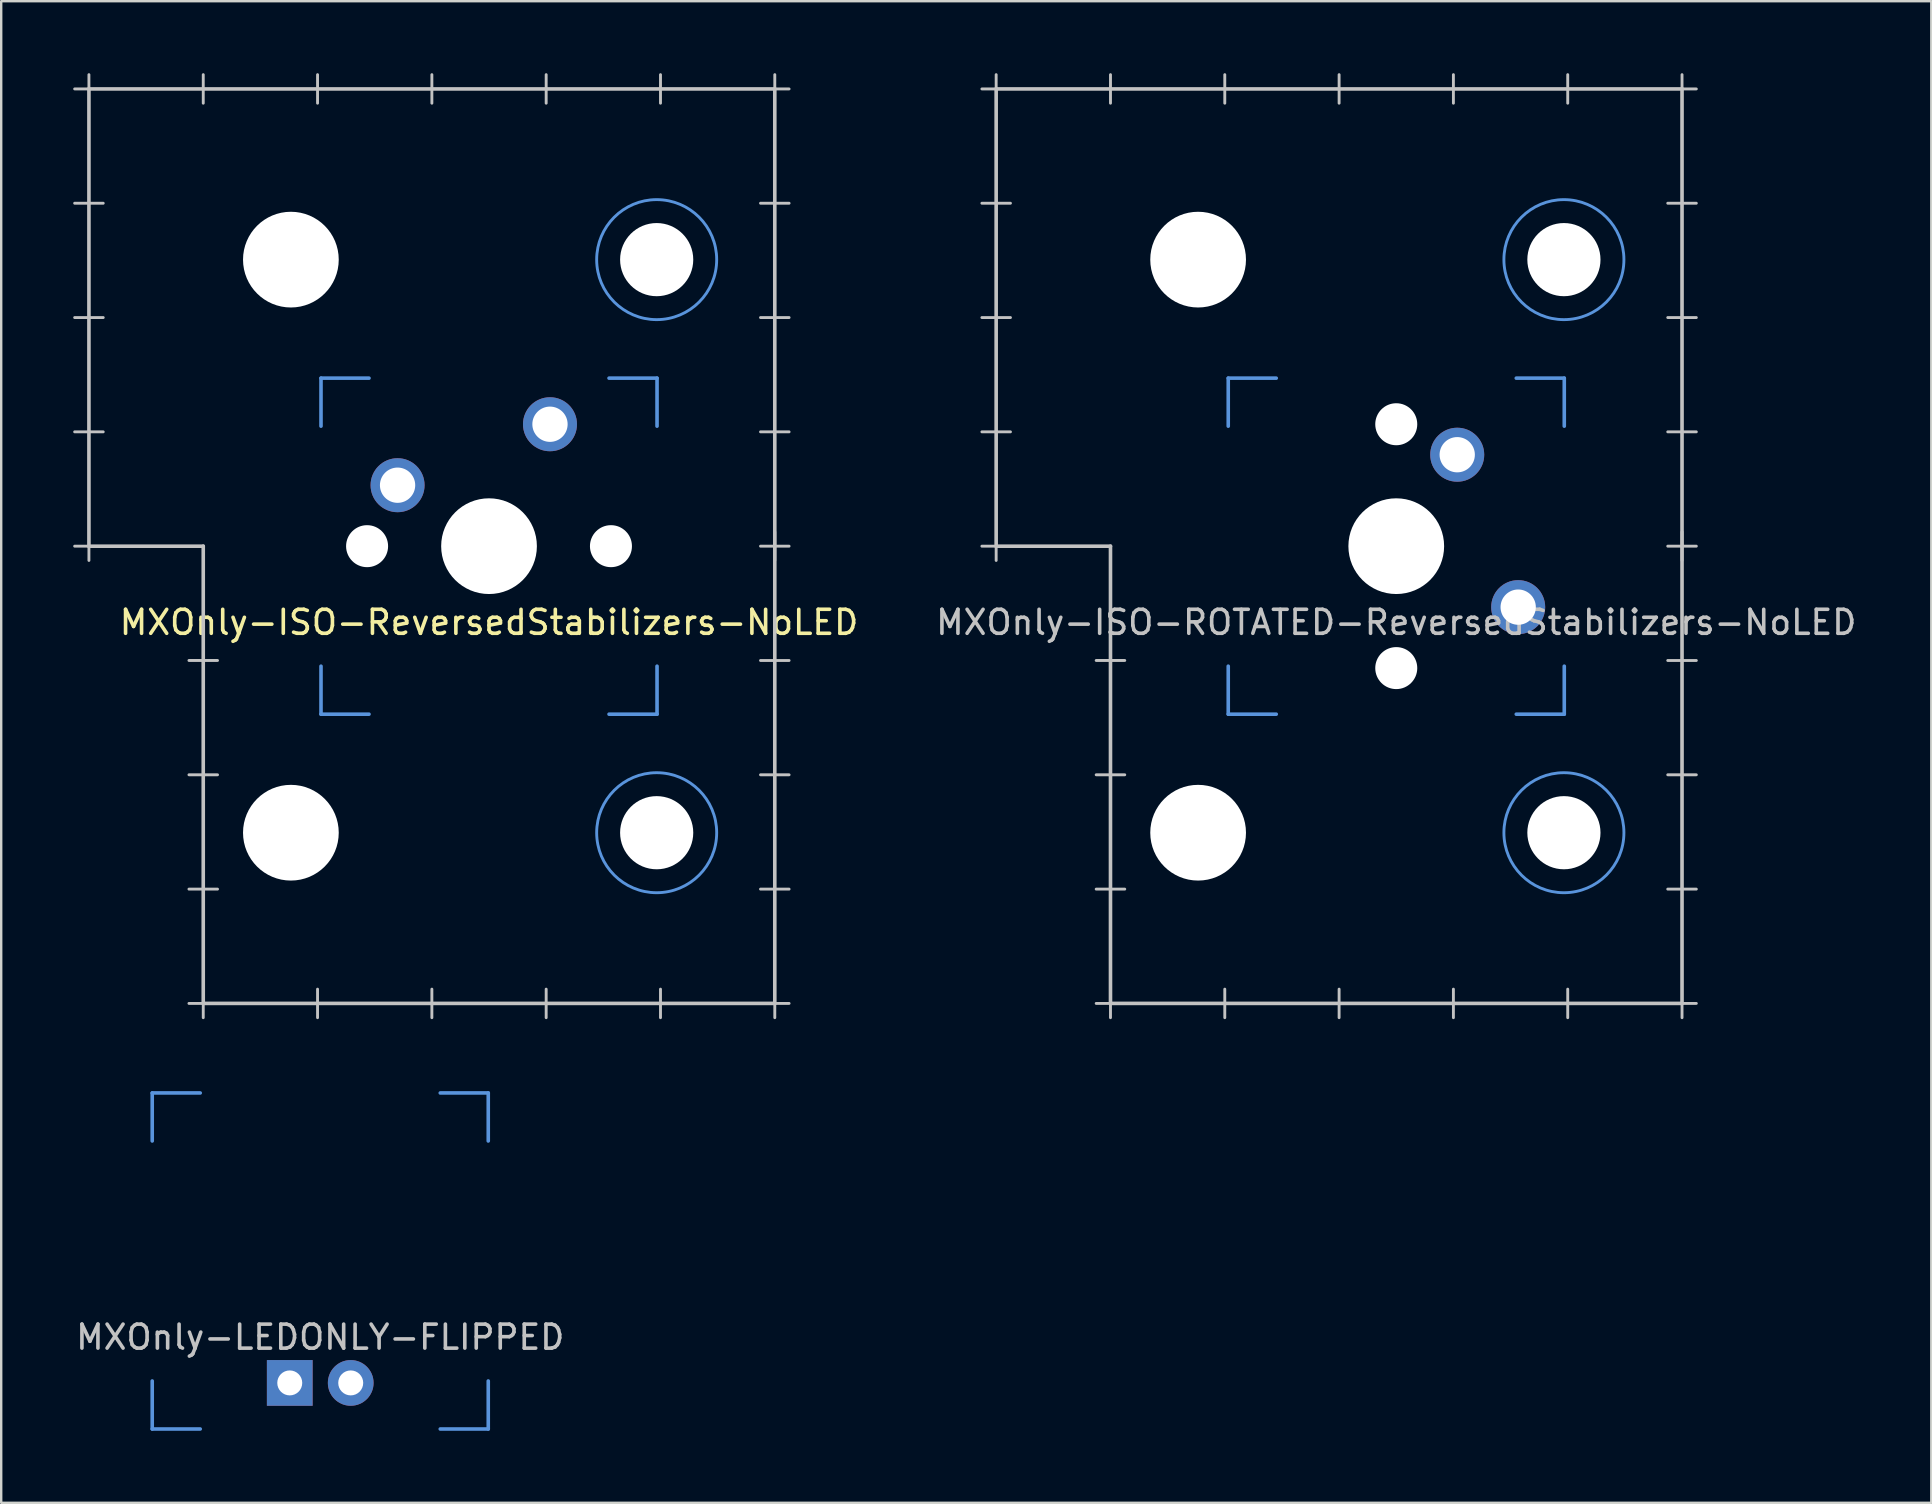
<source format=kicad_pcb>
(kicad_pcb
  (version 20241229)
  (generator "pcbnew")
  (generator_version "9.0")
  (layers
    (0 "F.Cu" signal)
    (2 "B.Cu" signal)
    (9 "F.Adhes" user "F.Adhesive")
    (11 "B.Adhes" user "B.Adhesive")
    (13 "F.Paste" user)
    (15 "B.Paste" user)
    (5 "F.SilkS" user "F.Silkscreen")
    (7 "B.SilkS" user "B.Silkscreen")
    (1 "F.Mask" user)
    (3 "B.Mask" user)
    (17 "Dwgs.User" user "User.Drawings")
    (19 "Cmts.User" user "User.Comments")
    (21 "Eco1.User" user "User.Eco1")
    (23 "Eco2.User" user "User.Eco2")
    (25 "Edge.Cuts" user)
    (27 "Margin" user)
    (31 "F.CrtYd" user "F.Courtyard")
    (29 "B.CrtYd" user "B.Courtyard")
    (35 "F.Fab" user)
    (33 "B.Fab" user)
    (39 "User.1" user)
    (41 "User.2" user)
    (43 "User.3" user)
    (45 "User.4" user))
  (footprint "MXOnly-ISO-ROTATED-ReversedStabilizers-NoLED"
    (layer "F.Cu")
    (at 55.122 19.705)
    (property "Reference" "MXOnly-ISO-ROTATED-ReversedStabilizers-NoLED" (at 0 3.175 0) (layer "Dwgs.User") (effects (font (size 1 1) (thickness 0.15))))
    (attr through_hole)
    (fp_line (start -17.264 0.000008) (end -16.669 0) (stroke (width 0.12) (type solid)) (layer "Dwgs.User"))
    (fp_line (start -17.264 -19.05) (end -16.669 -19.05) (stroke (width 0.12) (type solid)) (layer "Dwgs.User"))
    (fp_line (start -17.264 -4.763) (end -16.073 -4.763) (stroke (width 0.12) (type solid)) (layer "Dwgs.User"))
    (fp_line (start -16.669 0.595) (end -16.669 0) (stroke (width 0.12) (type solid)) (layer "Dwgs.User"))
    (fp_line (start -16.669 -19.645) (end -16.669 -19.05) (stroke (width 0.12) (type solid)) (layer "Dwgs.User"))
    (fp_line (start -16.669 -19.05) (end -16.669 0) (stroke (width 0.15) (type solid)) (layer "Dwgs.User"))
    (fp_line (start -16.669 -19.05) (end 11.906 -19.05) (stroke (width 0.15) (type solid)) (layer "Dwgs.User"))
    (fp_line (start -16.073 -14.288) (end -17.264 -14.288) (stroke (width 0.12) (type solid)) (layer "Dwgs.User"))
    (fp_line (start -16.073 -9.525) (end -17.264 -9.525) (stroke (width 0.12) (type solid)) (layer "Dwgs.User"))
    (fp_line (start -12.502 9.525) (end -11.311 9.525) (stroke (width 0.12) (type solid)) (layer "Dwgs.User"))
    (fp_line (start -12.502 14.288) (end -11.311 14.288) (stroke (width 0.12) (type solid)) (layer "Dwgs.User"))
    (fp_line (start -12.502 19.05) (end -11.906 19.05) (stroke (width 0.12) (type solid)) (layer "Dwgs.User"))
    (fp_line (start -11.906 19.645) (end -11.906 19.05) (stroke (width 0.12) (type solid)) (layer "Dwgs.User"))
    (fp_line (start -11.906 0) (end -16.669 0) (stroke (width 0.15) (type solid)) (layer "Dwgs.User"))
    (fp_line (start -11.906 19.05) (end -11.906 0) (stroke (width 0.15) (type solid)) (layer "Dwgs.User"))
    (fp_line (start -11.906 19.05) (end 11.906 19.05) (stroke (width 0.15) (type solid)) (layer "Dwgs.User"))
    (fp_line (start -11.906 -19.645) (end -11.906 -18.455) (stroke (width 0.12) (type solid)) (layer "Dwgs.User"))
    (fp_line (start -11.311 4.762) (end -12.502 4.762) (stroke (width 0.12) (type solid)) (layer "Dwgs.User"))
    (fp_line (start -7.144 18.455) (end -7.144 19.645) (stroke (width 0.12) (type solid)) (layer "Dwgs.User"))
    (fp_line (start -7.144 -18.455) (end -7.144 -19.645) (stroke (width 0.12) (type solid)) (layer "Dwgs.User"))
    (fp_line (start -2.381 18.455) (end -2.381 19.645) (stroke (width 0.12) (type solid)) (layer "Dwgs.User"))
    (fp_line (start -2.381 -18.455) (end -2.381 -19.645) (stroke (width 0.12) (type solid)) (layer "Dwgs.User"))
    (fp_line (start 2.381 19.645) (end 2.381 18.455) (stroke (width 0.12) (type solid)) (layer "Dwgs.User"))
    (fp_line (start 2.381 -18.455) (end 2.381 -19.645) (stroke (width 0.12) (type solid)) (layer "Dwgs.User"))
    (fp_line (start 7.144 18.455) (end 7.144 19.645) (stroke (width 0.12) (type solid)) (layer "Dwgs.User"))
    (fp_line (start 7.144 -18.455) (end 7.144 -19.645) (stroke (width 0.12) (type solid)) (layer "Dwgs.User"))
    (fp_line (start 11.311 14.288) (end 12.502 14.288) (stroke (width 0.12) (type solid)) (layer "Dwgs.User"))
    (fp_line (start 11.311 0) (end 12.502 0) (stroke (width 0.12) (type solid)) (layer "Dwgs.User"))
    (fp_line (start 11.906 19.645) (end 11.906 19.05) (stroke (width 0.12) (type solid)) (layer "Dwgs.User"))
    (fp_line (start 11.906 -19.05) (end 11.906 19.05) (stroke (width 0.15) (type solid)) (layer "Dwgs.User"))
    (fp_line (start 11.906 -19.645) (end 11.906 -19.05) (stroke (width 0.12) (type solid)) (layer "Dwgs.User"))
    (fp_line (start 11.906 0.595) (end 11.906 -0.595) (stroke (width 0.12) (type solid)) (layer "Dwgs.User"))
    (fp_line (start 12.502 -19.05) (end 11.906 -19.05) (stroke (width 0.12) (type solid)) (layer "Dwgs.User"))
    (fp_line (start 12.502 4.763) (end 11.311 4.763) (stroke (width 0.12) (type solid)) (layer "Dwgs.User"))
    (fp_line (start 12.502 9.525) (end 11.311 9.525) (stroke (width 0.12) (type solid)) (layer "Dwgs.User"))
    (fp_line (start 12.502 19.05) (end 11.906 19.05) (stroke (width 0.12) (type solid)) (layer "Dwgs.User"))
    (fp_line (start 12.502 -14.288) (end 11.311 -14.288) (stroke (width 0.12) (type solid)) (layer "Dwgs.User"))
    (fp_line (start 12.502 -9.525) (end 11.311 -9.525) (stroke (width 0.12) (type solid)) (layer "Dwgs.User"))
    (fp_line (start 12.502 -4.763) (end 11.311 -4.763) (stroke (width 0.12) (type solid)) (layer "Dwgs.User"))
    (fp_line (start -7 -7) (end -5 -7) (stroke (width 0.15) (type solid)) (layer "Cmts.User"))
    (fp_line (start -7 -5) (end -7 -7) (stroke (width 0.15) (type solid)) (layer "Cmts.User"))
    (fp_line (start -7 7) (end -7 5) (stroke (width 0.15) (type solid)) (layer "Cmts.User"))
    (fp_line (start -5 7) (end -7 7) (stroke (width 0.15) (type solid)) (layer "Cmts.User"))
    (fp_line (start 7 -7) (end 5 -7) (stroke (width 0.15) (type solid)) (layer "Cmts.User"))
    (fp_line (start 7 -5) (end 7 -7) (stroke (width 0.15) (type solid)) (layer "Cmts.User"))
    (fp_line (start 7 5) (end 7 7) (stroke (width 0.15) (type solid)) (layer "Cmts.User"))
    (fp_line (start 7 7) (end 5 7) (stroke (width 0.15) (type solid)) (layer "Cmts.User"))
    (fp_circle (center 6.985 -11.938) (end 9.485 -11.938) (stroke (width 0.12) (type solid)) (fill no) (layer "Cmts.User"))
    (fp_circle (center 6.985 11.938) (end 9.485 11.938) (stroke (width 0.12) (type solid)) (fill no) (layer "Cmts.User"))
    (pad "" np_thru_hole circle (at -8.255 -11.938) (size 3.988 3.988) (drill 3.988) (layers "*.Cu" "*.Mask"))
    (pad "" np_thru_hole circle (at -8.255 11.938) (size 3.988 3.988) (drill 3.988) (layers "*.Cu" "*.Mask"))
    (pad "" np_thru_hole circle (at 0 -5.08 48.1) (size 1.75 1.75) (drill 1.75) (layers "*.Cu" "*.Mask"))
    (pad "" np_thru_hole circle (at 0 0) (size 3.988 3.988) (drill 3.988) (layers "*.Cu" "*.Mask"))
    (pad "" np_thru_hole circle (at 0 5.08 48.1) (size 1.75 1.75) (drill 1.75) (layers "*.Cu" "*.Mask"))
    (pad "" np_thru_hole circle (at 6.985 -11.938) (size 3.048 3.048) (drill 3.048) (layers "*.Cu" "*.Mask"))
    (pad "" np_thru_hole circle (at 6.985 11.938) (size 3.048 3.048) (drill 3.048) (layers "*.Cu" "*.Mask"))
    (pad "1" thru_hole circle (at 2.54 -3.81) (size 2.25 2.25) (drill 1.47) (layers "*.Cu" "B.Mask"))
    (pad "2" thru_hole circle (at 5.08 2.54) (size 2.25 2.25) (drill 1.47) (layers "*.Cu" "B.Mask")))
  (footprint "MXOnly-LEDONLY-FLIPPED"
    (layer "F.Cu")
    (at 10.292 49.486)
    (property "Reference" "MXOnly-LEDONLY-FLIPPED" (at 0 3.175 0) (layer "Dwgs.User") (effects (font (size 1 1) (thickness 0.15))))
    (attr through_hole)
    (fp_line (start -7 -7) (end -7 -5) (stroke (width 0.15) (type solid)) (layer "Cmts.User"))
    (fp_line (start -7 7) (end -7 5) (stroke (width 0.15) (type solid)) (layer "Cmts.User"))
    (fp_line (start -5 -7) (end -7 -7) (stroke (width 0.15) (type solid)) (layer "Cmts.User"))
    (fp_line (start -5 7) (end -7 7) (stroke (width 0.15) (type solid)) (layer "Cmts.User"))
    (fp_line (start 5 -7) (end 7 -7) (stroke (width 0.15) (type solid)) (layer "Cmts.User"))
    (fp_line (start 7 -7) (end 7 -5) (stroke (width 0.15) (type solid)) (layer "Cmts.User"))
    (fp_line (start 7 5) (end 7 7) (stroke (width 0.15) (type solid)) (layer "Cmts.User"))
    (fp_line (start 7 7) (end 5 7) (stroke (width 0.15) (type solid)) (layer "Cmts.User"))
    (pad "1" thru_hole circle (at 1.27 5.08) (size 1.905 1.905) (drill 1.04) (layers "*.Cu" "*.Mask"))
    (pad "2" thru_hole rect (at -1.27 5.08) (size 1.905 1.905) (drill 1.04) (layers "*.Cu" "*.Mask")))
  (footprint "MXOnly-ISO-ReversedStabilizers-NoLED"
    (layer "F.Cu")
    (at 17.324 19.705)
    (property "Reference" "MXOnly-ISO-ReversedStabilizers-NoLED" (at 0 3.175 0) (layer "F.SilkS") (effects (font (size 1 1) (thickness 0.15))))
    (attr through_hole)
    (fp_line (start -17.264 0.000008) (end -16.669 0) (stroke (width 0.12) (type solid)) (layer "Dwgs.User"))
    (fp_line (start -17.264 -19.05) (end -16.669 -19.05) (stroke (width 0.12) (type solid)) (layer "Dwgs.User"))
    (fp_line (start -17.264 -4.763) (end -16.073 -4.763) (stroke (width 0.12) (type solid)) (layer "Dwgs.User"))
    (fp_line (start -16.669 0.595) (end -16.669 0) (stroke (width 0.12) (type solid)) (layer "Dwgs.User"))
    (fp_line (start -16.669 -19.645) (end -16.669 -19.05) (stroke (width 0.12) (type solid)) (layer "Dwgs.User"))
    (fp_line (start -16.669 -19.05) (end -16.669 0) (stroke (width 0.15) (type solid)) (layer "Dwgs.User"))
    (fp_line (start -16.669 -19.05) (end 11.906 -19.05) (stroke (width 0.15) (type solid)) (layer "Dwgs.User"))
    (fp_line (start -16.073 -14.288) (end -17.264 -14.288) (stroke (width 0.12) (type solid)) (layer "Dwgs.User"))
    (fp_line (start -16.073 -9.525) (end -17.264 -9.525) (stroke (width 0.12) (type solid)) (layer "Dwgs.User"))
    (fp_line (start -12.502 9.525) (end -11.311 9.525) (stroke (width 0.12) (type solid)) (layer "Dwgs.User"))
    (fp_line (start -12.502 14.288) (end -11.311 14.288) (stroke (width 0.12) (type solid)) (layer "Dwgs.User"))
    (fp_line (start -12.502 19.05) (end -11.906 19.05) (stroke (width 0.12) (type solid)) (layer "Dwgs.User"))
    (fp_line (start -11.906 19.645) (end -11.906 19.05) (stroke (width 0.12) (type solid)) (layer "Dwgs.User"))
    (fp_line (start -11.906 0) (end -16.669 0) (stroke (width 0.15) (type solid)) (layer "Dwgs.User"))
    (fp_line (start -11.906 19.05) (end -11.906 0) (stroke (width 0.15) (type solid)) (layer "Dwgs.User"))
    (fp_line (start -11.906 19.05) (end 11.906 19.05) (stroke (width 0.15) (type solid)) (layer "Dwgs.User"))
    (fp_line (start -11.906 -19.645) (end -11.906 -18.455) (stroke (width 0.12) (type solid)) (layer "Dwgs.User"))
    (fp_line (start -11.311 4.762) (end -12.502 4.762) (stroke (width 0.12) (type solid)) (layer "Dwgs.User"))
    (fp_line (start -7.144 18.455) (end -7.144 19.645) (stroke (width 0.12) (type solid)) (layer "Dwgs.User"))
    (fp_line (start -7.144 -18.455) (end -7.144 -19.645) (stroke (width 0.12) (type solid)) (layer "Dwgs.User"))
    (fp_line (start -2.381 18.455) (end -2.381 19.645) (stroke (width 0.12) (type solid)) (layer "Dwgs.User"))
    (fp_line (start -2.381 -18.455) (end -2.381 -19.645) (stroke (width 0.12) (type solid)) (layer "Dwgs.User"))
    (fp_line (start 2.381 19.645) (end 2.381 18.455) (stroke (width 0.12) (type solid)) (layer "Dwgs.User"))
    (fp_line (start 2.381 -18.455) (end 2.381 -19.645) (stroke (width 0.12) (type solid)) (layer "Dwgs.User"))
    (fp_line (start 7.144 18.455) (end 7.144 19.645) (stroke (width 0.12) (type solid)) (layer "Dwgs.User"))
    (fp_line (start 7.144 -18.455) (end 7.144 -19.645) (stroke (width 0.12) (type solid)) (layer "Dwgs.User"))
    (fp_line (start 11.311 14.288) (end 12.502 14.288) (stroke (width 0.12) (type solid)) (layer "Dwgs.User"))
    (fp_line (start 11.311 0) (end 12.502 0) (stroke (width 0.12) (type solid)) (layer "Dwgs.User"))
    (fp_line (start 11.906 19.645) (end 11.906 19.05) (stroke (width 0.12) (type solid)) (layer "Dwgs.User"))
    (fp_line (start 11.906 -19.05) (end 11.906 19.05) (stroke (width 0.15) (type solid)) (layer "Dwgs.User"))
    (fp_line (start 11.906 -19.645) (end 11.906 -19.05) (stroke (width 0.12) (type solid)) (layer "Dwgs.User"))
    (fp_line (start 11.906 0.595) (end 11.906 -0.595) (stroke (width 0.12) (type solid)) (layer "Dwgs.User"))
    (fp_line (start 12.502 -19.05) (end 11.906 -19.05) (stroke (width 0.12) (type solid)) (layer "Dwgs.User"))
    (fp_line (start 12.502 4.763) (end 11.311 4.763) (stroke (width 0.12) (type solid)) (layer "Dwgs.User"))
    (fp_line (start 12.502 9.525) (end 11.311 9.525) (stroke (width 0.12) (type solid)) (layer "Dwgs.User"))
    (fp_line (start 12.502 19.05) (end 11.906 19.05) (stroke (width 0.12) (type solid)) (layer "Dwgs.User"))
    (fp_line (start 12.502 -14.288) (end 11.311 -14.288) (stroke (width 0.12) (type solid)) (layer "Dwgs.User"))
    (fp_line (start 12.502 -9.525) (end 11.311 -9.525) (stroke (width 0.12) (type solid)) (layer "Dwgs.User"))
    (fp_line (start 12.502 -4.763) (end 11.311 -4.763) (stroke (width 0.12) (type solid)) (layer "Dwgs.User"))
    (fp_line (start -7 -7) (end -7 -5) (stroke (width 0.15) (type solid)) (layer "Cmts.User"))
    (fp_line (start -7 7) (end -7 5) (stroke (width 0.15) (type solid)) (layer "Cmts.User"))
    (fp_line (start -5 -7) (end -7 -7) (stroke (width 0.15) (type solid)) (layer "Cmts.User"))
    (fp_line (start -5 7) (end -7 7) (stroke (width 0.15) (type solid)) (layer "Cmts.User"))
    (fp_line (start 5 -7) (end 7 -7) (stroke (width 0.15) (type solid)) (layer "Cmts.User"))
    (fp_line (start 7 -7) (end 7 -5) (stroke (width 0.15) (type solid)) (layer "Cmts.User"))
    (fp_line (start 7 5) (end 7 7) (stroke (width 0.15) (type solid)) (layer "Cmts.User"))
    (fp_line (start 7 7) (end 5 7) (stroke (width 0.15) (type solid)) (layer "Cmts.User"))
    (fp_circle (center 6.985 -11.938) (end 9.485 -11.938) (stroke (width 0.12) (type solid)) (fill no) (layer "Cmts.User"))
    (fp_circle (center 6.985 11.938) (end 9.485 11.938) (stroke (width 0.12) (type solid)) (fill no) (layer "Cmts.User"))
    (pad "" np_thru_hole circle (at -8.255 -11.938) (size 3.988 3.988) (drill 3.988) (layers "*.Cu" "*.Mask"))
    (pad "" np_thru_hole circle (at -8.255 11.938) (size 3.988 3.988) (drill 3.988) (layers "*.Cu" "*.Mask"))
    (pad "" np_thru_hole circle (at -5.08 0 48.1) (size 1.75 1.75) (drill 1.75) (layers "*.Cu" "*.Mask"))
    (pad "" np_thru_hole circle (at 0 0) (size 3.988 3.988) (drill 3.988) (layers "*.Cu" "*.Mask"))
    (pad "" np_thru_hole circle (at 5.08 0 48.1) (size 1.75 1.75) (drill 1.75) (layers "*.Cu" "*.Mask"))
    (pad "" np_thru_hole circle (at 6.985 -11.938) (size 3.048 3.048) (drill 3.048) (layers "*.Cu" "*.Mask"))
    (pad "" np_thru_hole circle (at 6.985 11.938) (size 3.048 3.048) (drill 3.048) (layers "*.Cu" "*.Mask"))
    (pad "1" thru_hole circle (at -3.81 -2.54) (size 2.25 2.25) (drill 1.47) (layers "*.Cu" "B.Mask"))
    (pad "2" thru_hole circle (at 2.54 -5.08) (size 2.25 2.25) (drill 1.47) (layers "*.Cu" "B.Mask")))
  (gr_rect
    (start -3 -3)
    (end 77.413 59.561)
    (stroke (width 0.1) (type default))
    (fill no)
    (layer "Edge.Cuts")))
</source>
